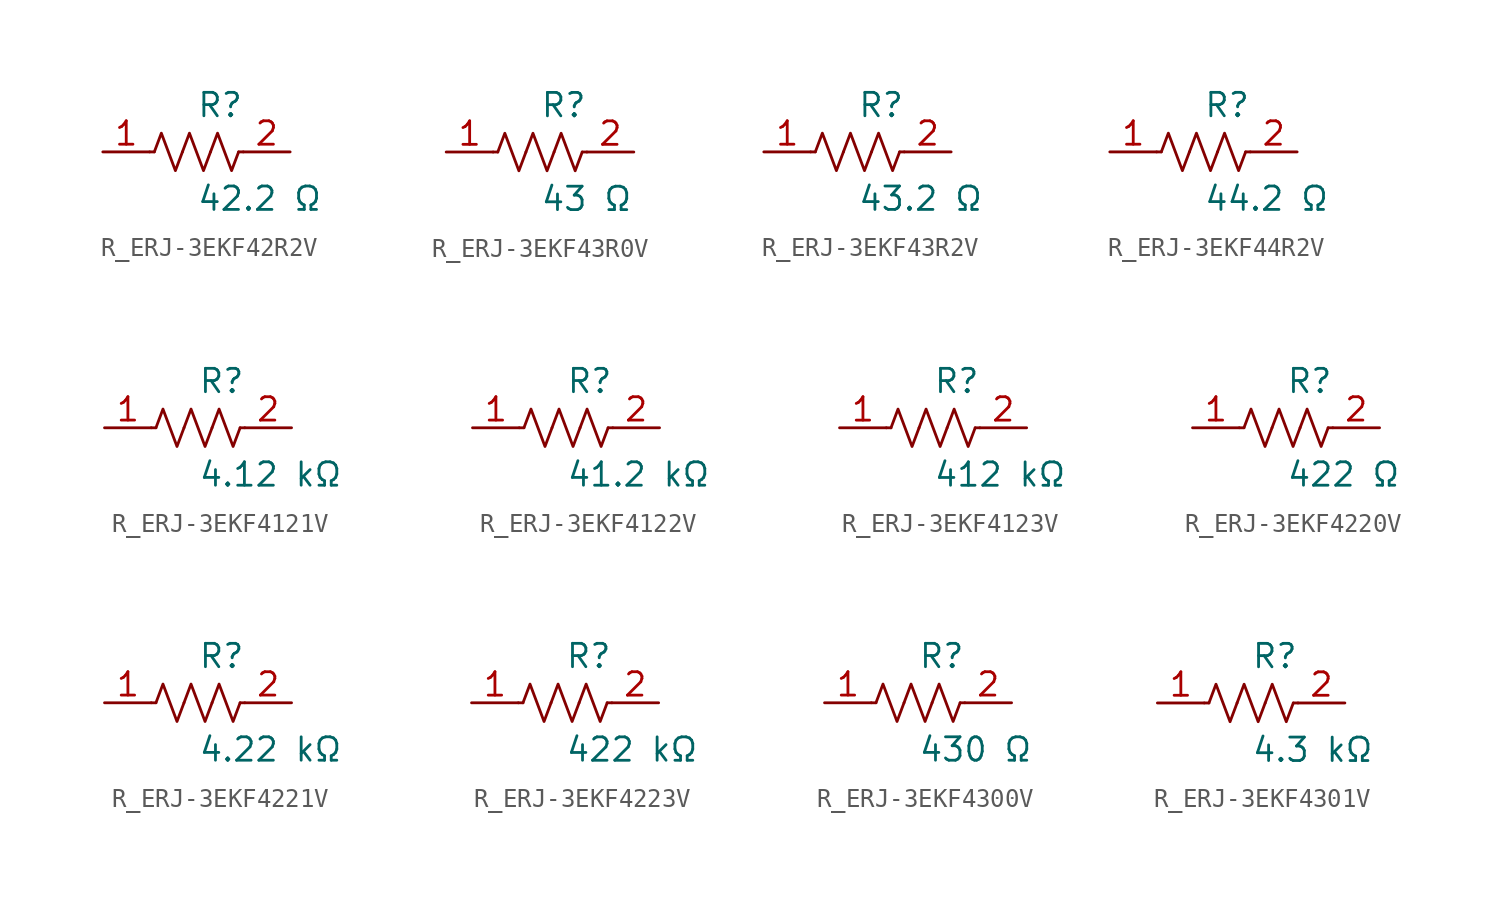
<source format=kicad_sym>
(kicad_symbol_lib
  (version 20231120)
  (generator kicad_symbol_editor)
  (generator_version 8.0)
  (symbol "R_ERJ-3EKF42R2V"
    (pin_names
      (offset 0.254))
    (property "Reference" "R"
      (at 0.0 2.54 0)
      (effects (font (size 1.27 1.27)) (justify left)))
    (property "Value" "42.2 Ω"
      (at 0.0 -2.54 0)
      (effects (font (size 1.27 1.27)) (justify left)))
    (symbol "R_ERJ-3EKF42R2V_0_1"
      (polyline (pts (xy 2.286 0) (xy 2.54 0)) (stroke (width 0) (type default)) (fill (type none)))
      (polyline (pts (xy -2.286 0) (xy -2.54 0)) (stroke (width 0) (type default)) (fill (type none)))
      (polyline (pts (xy 0.762 0) (xy 1.143 1.016) (xy 1.524 0) (xy 1.905 -1.016) (xy 2.286 0)) (stroke (width 0) (type default)) (fill (type none)))
      (polyline (pts (xy -0.762 0) (xy -0.381 1.016) (xy 0 0) (xy 0.381 -1.016) (xy 0.762 0)) (stroke (width 0) (type default)) (fill (type none)))
      (polyline (pts (xy -2.286 0) (xy -1.905 1.016) (xy -1.524 0) (xy -1.143 -1.016) (xy -0.762 0)) (stroke (width 0) (type default)) (fill (type none))))
    (pin unspecified line
      (at -5.08 0 0)
      (length 2.54)
      (name "" (effects (font (size 1.27 1.27))))
      (number "1" (effects (font (size 1.27 1.27)))))
    (pin unspecified line
      (at 5.08 0 180)
      (length 2.54)
      (name "" (effects (font (size 1.27 1.27))))
      (number "2" (effects (font (size 1.27 1.27))))))
  (symbol "R_ERJ-3EKF43R0V"
    (pin_names
      (offset 0.254))
    (property "Reference" "R"
      (at 0.0 2.54 0)
      (effects (font (size 1.27 1.27)) (justify left)))
    (property "Value" "43 Ω"
      (at 0.0 -2.54 0)
      (effects (font (size 1.27 1.27)) (justify left)))
    (symbol "R_ERJ-3EKF43R0V_0_1"
      (polyline (pts (xy 2.286 0) (xy 2.54 0)) (stroke (width 0) (type default)) (fill (type none)))
      (polyline (pts (xy -2.286 0) (xy -2.54 0)) (stroke (width 0) (type default)) (fill (type none)))
      (polyline (pts (xy 0.762 0) (xy 1.143 1.016) (xy 1.524 0) (xy 1.905 -1.016) (xy 2.286 0)) (stroke (width 0) (type default)) (fill (type none)))
      (polyline (pts (xy -0.762 0) (xy -0.381 1.016) (xy 0 0) (xy 0.381 -1.016) (xy 0.762 0)) (stroke (width 0) (type default)) (fill (type none)))
      (polyline (pts (xy -2.286 0) (xy -1.905 1.016) (xy -1.524 0) (xy -1.143 -1.016) (xy -0.762 0)) (stroke (width 0) (type default)) (fill (type none))))
    (pin unspecified line
      (at -5.08 0 0)
      (length 2.54)
      (name "" (effects (font (size 1.27 1.27))))
      (number "1" (effects (font (size 1.27 1.27)))))
    (pin unspecified line
      (at 5.08 0 180)
      (length 2.54)
      (name "" (effects (font (size 1.27 1.27))))
      (number "2" (effects (font (size 1.27 1.27))))))
  (symbol "R_ERJ-3EKF43R2V"
    (pin_names
      (offset 0.254))
    (property "Reference" "R"
      (at 0.0 2.54 0)
      (effects (font (size 1.27 1.27)) (justify left)))
    (property "Value" "43.2 Ω"
      (at 0.0 -2.54 0)
      (effects (font (size 1.27 1.27)) (justify left)))
    (symbol "R_ERJ-3EKF43R2V_0_1"
      (polyline (pts (xy 2.286 0) (xy 2.54 0)) (stroke (width 0) (type default)) (fill (type none)))
      (polyline (pts (xy -2.286 0) (xy -2.54 0)) (stroke (width 0) (type default)) (fill (type none)))
      (polyline (pts (xy 0.762 0) (xy 1.143 1.016) (xy 1.524 0) (xy 1.905 -1.016) (xy 2.286 0)) (stroke (width 0) (type default)) (fill (type none)))
      (polyline (pts (xy -0.762 0) (xy -0.381 1.016) (xy 0 0) (xy 0.381 -1.016) (xy 0.762 0)) (stroke (width 0) (type default)) (fill (type none)))
      (polyline (pts (xy -2.286 0) (xy -1.905 1.016) (xy -1.524 0) (xy -1.143 -1.016) (xy -0.762 0)) (stroke (width 0) (type default)) (fill (type none))))
    (pin unspecified line
      (at -5.08 0 0)
      (length 2.54)
      (name "" (effects (font (size 1.27 1.27))))
      (number "1" (effects (font (size 1.27 1.27)))))
    (pin unspecified line
      (at 5.08 0 180)
      (length 2.54)
      (name "" (effects (font (size 1.27 1.27))))
      (number "2" (effects (font (size 1.27 1.27))))))
  (symbol "R_ERJ-3EKF44R2V"
    (pin_names
      (offset 0.254))
    (property "Reference" "R"
      (at 0.0 2.54 0)
      (effects (font (size 1.27 1.27)) (justify left)))
    (property "Value" "44.2 Ω"
      (at 0.0 -2.54 0)
      (effects (font (size 1.27 1.27)) (justify left)))
    (symbol "R_ERJ-3EKF44R2V_0_1"
      (polyline (pts (xy 2.286 0) (xy 2.54 0)) (stroke (width 0) (type default)) (fill (type none)))
      (polyline (pts (xy -2.286 0) (xy -2.54 0)) (stroke (width 0) (type default)) (fill (type none)))
      (polyline (pts (xy 0.762 0) (xy 1.143 1.016) (xy 1.524 0) (xy 1.905 -1.016) (xy 2.286 0)) (stroke (width 0) (type default)) (fill (type none)))
      (polyline (pts (xy -0.762 0) (xy -0.381 1.016) (xy 0 0) (xy 0.381 -1.016) (xy 0.762 0)) (stroke (width 0) (type default)) (fill (type none)))
      (polyline (pts (xy -2.286 0) (xy -1.905 1.016) (xy -1.524 0) (xy -1.143 -1.016) (xy -0.762 0)) (stroke (width 0) (type default)) (fill (type none))))
    (pin unspecified line
      (at -5.08 0 0)
      (length 2.54)
      (name "" (effects (font (size 1.27 1.27))))
      (number "1" (effects (font (size 1.27 1.27)))))
    (pin unspecified line
      (at 5.08 0 180)
      (length 2.54)
      (name "" (effects (font (size 1.27 1.27))))
      (number "2" (effects (font (size 1.27 1.27))))))
  (symbol "R_ERJ-3EKF4121V"
    (pin_names
      (offset 0.254))
    (property "Reference" "R"
      (at 0.0 2.54 0)
      (effects (font (size 1.27 1.27)) (justify left)))
    (property "Value" "4.12 kΩ"
      (at 0.0 -2.54 0)
      (effects (font (size 1.27 1.27)) (justify left)))
    (symbol "R_ERJ-3EKF4121V_0_1"
      (polyline (pts (xy 2.286 0) (xy 2.54 0)) (stroke (width 0) (type default)) (fill (type none)))
      (polyline (pts (xy -2.286 0) (xy -2.54 0)) (stroke (width 0) (type default)) (fill (type none)))
      (polyline (pts (xy 0.762 0) (xy 1.143 1.016) (xy 1.524 0) (xy 1.905 -1.016) (xy 2.286 0)) (stroke (width 0) (type default)) (fill (type none)))
      (polyline (pts (xy -0.762 0) (xy -0.381 1.016) (xy 0 0) (xy 0.381 -1.016) (xy 0.762 0)) (stroke (width 0) (type default)) (fill (type none)))
      (polyline (pts (xy -2.286 0) (xy -1.905 1.016) (xy -1.524 0) (xy -1.143 -1.016) (xy -0.762 0)) (stroke (width 0) (type default)) (fill (type none))))
    (pin unspecified line
      (at -5.08 0 0)
      (length 2.54)
      (name "" (effects (font (size 1.27 1.27))))
      (number "1" (effects (font (size 1.27 1.27)))))
    (pin unspecified line
      (at 5.08 0 180)
      (length 2.54)
      (name "" (effects (font (size 1.27 1.27))))
      (number "2" (effects (font (size 1.27 1.27))))))
  (symbol "R_ERJ-3EKF4122V"
    (pin_names
      (offset 0.254))
    (property "Reference" "R"
      (at 0.0 2.54 0)
      (effects (font (size 1.27 1.27)) (justify left)))
    (property "Value" "41.2 kΩ"
      (at 0.0 -2.54 0)
      (effects (font (size 1.27 1.27)) (justify left)))
    (symbol "R_ERJ-3EKF4122V_0_1"
      (polyline (pts (xy 2.286 0) (xy 2.54 0)) (stroke (width 0) (type default)) (fill (type none)))
      (polyline (pts (xy -2.286 0) (xy -2.54 0)) (stroke (width 0) (type default)) (fill (type none)))
      (polyline (pts (xy 0.762 0) (xy 1.143 1.016) (xy 1.524 0) (xy 1.905 -1.016) (xy 2.286 0)) (stroke (width 0) (type default)) (fill (type none)))
      (polyline (pts (xy -0.762 0) (xy -0.381 1.016) (xy 0 0) (xy 0.381 -1.016) (xy 0.762 0)) (stroke (width 0) (type default)) (fill (type none)))
      (polyline (pts (xy -2.286 0) (xy -1.905 1.016) (xy -1.524 0) (xy -1.143 -1.016) (xy -0.762 0)) (stroke (width 0) (type default)) (fill (type none))))
    (pin unspecified line
      (at -5.08 0 0)
      (length 2.54)
      (name "" (effects (font (size 1.27 1.27))))
      (number "1" (effects (font (size 1.27 1.27)))))
    (pin unspecified line
      (at 5.08 0 180)
      (length 2.54)
      (name "" (effects (font (size 1.27 1.27))))
      (number "2" (effects (font (size 1.27 1.27))))))
  (symbol "R_ERJ-3EKF4123V"
    (pin_names
      (offset 0.254))
    (property "Reference" "R"
      (at 0.0 2.54 0)
      (effects (font (size 1.27 1.27)) (justify left)))
    (property "Value" "412 kΩ"
      (at 0.0 -2.54 0)
      (effects (font (size 1.27 1.27)) (justify left)))
    (symbol "R_ERJ-3EKF4123V_0_1"
      (polyline (pts (xy 2.286 0) (xy 2.54 0)) (stroke (width 0) (type default)) (fill (type none)))
      (polyline (pts (xy -2.286 0) (xy -2.54 0)) (stroke (width 0) (type default)) (fill (type none)))
      (polyline (pts (xy 0.762 0) (xy 1.143 1.016) (xy 1.524 0) (xy 1.905 -1.016) (xy 2.286 0)) (stroke (width 0) (type default)) (fill (type none)))
      (polyline (pts (xy -0.762 0) (xy -0.381 1.016) (xy 0 0) (xy 0.381 -1.016) (xy 0.762 0)) (stroke (width 0) (type default)) (fill (type none)))
      (polyline (pts (xy -2.286 0) (xy -1.905 1.016) (xy -1.524 0) (xy -1.143 -1.016) (xy -0.762 0)) (stroke (width 0) (type default)) (fill (type none))))
    (pin unspecified line
      (at -5.08 0 0)
      (length 2.54)
      (name "" (effects (font (size 1.27 1.27))))
      (number "1" (effects (font (size 1.27 1.27)))))
    (pin unspecified line
      (at 5.08 0 180)
      (length 2.54)
      (name "" (effects (font (size 1.27 1.27))))
      (number "2" (effects (font (size 1.27 1.27))))))
  (symbol "R_ERJ-3EKF4220V"
    (pin_names
      (offset 0.254))
    (property "Reference" "R"
      (at 0.0 2.54 0)
      (effects (font (size 1.27 1.27)) (justify left)))
    (property "Value" "422 Ω"
      (at 0.0 -2.54 0)
      (effects (font (size 1.27 1.27)) (justify left)))
    (symbol "R_ERJ-3EKF4220V_0_1"
      (polyline (pts (xy 2.286 0) (xy 2.54 0)) (stroke (width 0) (type default)) (fill (type none)))
      (polyline (pts (xy -2.286 0) (xy -2.54 0)) (stroke (width 0) (type default)) (fill (type none)))
      (polyline (pts (xy 0.762 0) (xy 1.143 1.016) (xy 1.524 0) (xy 1.905 -1.016) (xy 2.286 0)) (stroke (width 0) (type default)) (fill (type none)))
      (polyline (pts (xy -0.762 0) (xy -0.381 1.016) (xy 0 0) (xy 0.381 -1.016) (xy 0.762 0)) (stroke (width 0) (type default)) (fill (type none)))
      (polyline (pts (xy -2.286 0) (xy -1.905 1.016) (xy -1.524 0) (xy -1.143 -1.016) (xy -0.762 0)) (stroke (width 0) (type default)) (fill (type none))))
    (pin unspecified line
      (at -5.08 0 0)
      (length 2.54)
      (name "" (effects (font (size 1.27 1.27))))
      (number "1" (effects (font (size 1.27 1.27)))))
    (pin unspecified line
      (at 5.08 0 180)
      (length 2.54)
      (name "" (effects (font (size 1.27 1.27))))
      (number "2" (effects (font (size 1.27 1.27))))))
  (symbol "R_ERJ-3EKF4221V"
    (pin_names
      (offset 0.254))
    (property "Reference" "R"
      (at 0.0 2.54 0)
      (effects (font (size 1.27 1.27)) (justify left)))
    (property "Value" "4.22 kΩ"
      (at 0.0 -2.54 0)
      (effects (font (size 1.27 1.27)) (justify left)))
    (symbol "R_ERJ-3EKF4221V_0_1"
      (polyline (pts (xy 2.286 0) (xy 2.54 0)) (stroke (width 0) (type default)) (fill (type none)))
      (polyline (pts (xy -2.286 0) (xy -2.54 0)) (stroke (width 0) (type default)) (fill (type none)))
      (polyline (pts (xy 0.762 0) (xy 1.143 1.016) (xy 1.524 0) (xy 1.905 -1.016) (xy 2.286 0)) (stroke (width 0) (type default)) (fill (type none)))
      (polyline (pts (xy -0.762 0) (xy -0.381 1.016) (xy 0 0) (xy 0.381 -1.016) (xy 0.762 0)) (stroke (width 0) (type default)) (fill (type none)))
      (polyline (pts (xy -2.286 0) (xy -1.905 1.016) (xy -1.524 0) (xy -1.143 -1.016) (xy -0.762 0)) (stroke (width 0) (type default)) (fill (type none))))
    (pin unspecified line
      (at -5.08 0 0)
      (length 2.54)
      (name "" (effects (font (size 1.27 1.27))))
      (number "1" (effects (font (size 1.27 1.27)))))
    (pin unspecified line
      (at 5.08 0 180)
      (length 2.54)
      (name "" (effects (font (size 1.27 1.27))))
      (number "2" (effects (font (size 1.27 1.27))))))
  (symbol "R_ERJ-3EKF4223V"
    (pin_names
      (offset 0.254))
    (property "Reference" "R"
      (at 0.0 2.54 0)
      (effects (font (size 1.27 1.27)) (justify left)))
    (property "Value" "422 kΩ"
      (at 0.0 -2.54 0)
      (effects (font (size 1.27 1.27)) (justify left)))
    (symbol "R_ERJ-3EKF4223V_0_1"
      (polyline (pts (xy 2.286 0) (xy 2.54 0)) (stroke (width 0) (type default)) (fill (type none)))
      (polyline (pts (xy -2.286 0) (xy -2.54 0)) (stroke (width 0) (type default)) (fill (type none)))
      (polyline (pts (xy 0.762 0) (xy 1.143 1.016) (xy 1.524 0) (xy 1.905 -1.016) (xy 2.286 0)) (stroke (width 0) (type default)) (fill (type none)))
      (polyline (pts (xy -0.762 0) (xy -0.381 1.016) (xy 0 0) (xy 0.381 -1.016) (xy 0.762 0)) (stroke (width 0) (type default)) (fill (type none)))
      (polyline (pts (xy -2.286 0) (xy -1.905 1.016) (xy -1.524 0) (xy -1.143 -1.016) (xy -0.762 0)) (stroke (width 0) (type default)) (fill (type none))))
    (pin unspecified line
      (at -5.08 0 0)
      (length 2.54)
      (name "" (effects (font (size 1.27 1.27))))
      (number "1" (effects (font (size 1.27 1.27)))))
    (pin unspecified line
      (at 5.08 0 180)
      (length 2.54)
      (name "" (effects (font (size 1.27 1.27))))
      (number "2" (effects (font (size 1.27 1.27))))))
  (symbol "R_ERJ-3EKF4300V"
    (pin_names
      (offset 0.254))
    (property "Reference" "R"
      (at 0.0 2.54 0)
      (effects (font (size 1.27 1.27)) (justify left)))
    (property "Value" "430 Ω"
      (at 0.0 -2.54 0)
      (effects (font (size 1.27 1.27)) (justify left)))
    (symbol "R_ERJ-3EKF4300V_0_1"
      (polyline (pts (xy 2.286 0) (xy 2.54 0)) (stroke (width 0) (type default)) (fill (type none)))
      (polyline (pts (xy -2.286 0) (xy -2.54 0)) (stroke (width 0) (type default)) (fill (type none)))
      (polyline (pts (xy 0.762 0) (xy 1.143 1.016) (xy 1.524 0) (xy 1.905 -1.016) (xy 2.286 0)) (stroke (width 0) (type default)) (fill (type none)))
      (polyline (pts (xy -0.762 0) (xy -0.381 1.016) (xy 0 0) (xy 0.381 -1.016) (xy 0.762 0)) (stroke (width 0) (type default)) (fill (type none)))
      (polyline (pts (xy -2.286 0) (xy -1.905 1.016) (xy -1.524 0) (xy -1.143 -1.016) (xy -0.762 0)) (stroke (width 0) (type default)) (fill (type none))))
    (pin unspecified line
      (at -5.08 0 0)
      (length 2.54)
      (name "" (effects (font (size 1.27 1.27))))
      (number "1" (effects (font (size 1.27 1.27)))))
    (pin unspecified line
      (at 5.08 0 180)
      (length 2.54)
      (name "" (effects (font (size 1.27 1.27))))
      (number "2" (effects (font (size 1.27 1.27))))))
  (symbol "R_ERJ-3EKF4301V"
    (pin_names
      (offset 0.254))
    (property "Reference" "R"
      (at 0.0 2.54 0)
      (effects (font (size 1.27 1.27)) (justify left)))
    (property "Value" "4.3 kΩ"
      (at 0.0 -2.54 0)
      (effects (font (size 1.27 1.27)) (justify left)))
    (symbol "R_ERJ-3EKF4301V_0_1"
      (polyline (pts (xy 2.286 0) (xy 2.54 0)) (stroke (width 0) (type default)) (fill (type none)))
      (polyline (pts (xy -2.286 0) (xy -2.54 0)) (stroke (width 0) (type default)) (fill (type none)))
      (polyline (pts (xy 0.762 0) (xy 1.143 1.016) (xy 1.524 0) (xy 1.905 -1.016) (xy 2.286 0)) (stroke (width 0) (type default)) (fill (type none)))
      (polyline (pts (xy -0.762 0) (xy -0.381 1.016) (xy 0 0) (xy 0.381 -1.016) (xy 0.762 0)) (stroke (width 0) (type default)) (fill (type none)))
      (polyline (pts (xy -2.286 0) (xy -1.905 1.016) (xy -1.524 0) (xy -1.143 -1.016) (xy -0.762 0)) (stroke (width 0) (type default)) (fill (type none))))
    (pin unspecified line
      (at -5.08 0 0)
      (length 2.54)
      (name "" (effects (font (size 1.27 1.27))))
      (number "1" (effects (font (size 1.27 1.27)))))
    (pin unspecified line
      (at 5.08 0 180)
      (length 2.54)
      (name "" (effects (font (size 1.27 1.27))))
      (number "2" (effects (font (size 1.27 1.27)))))))
</source>
